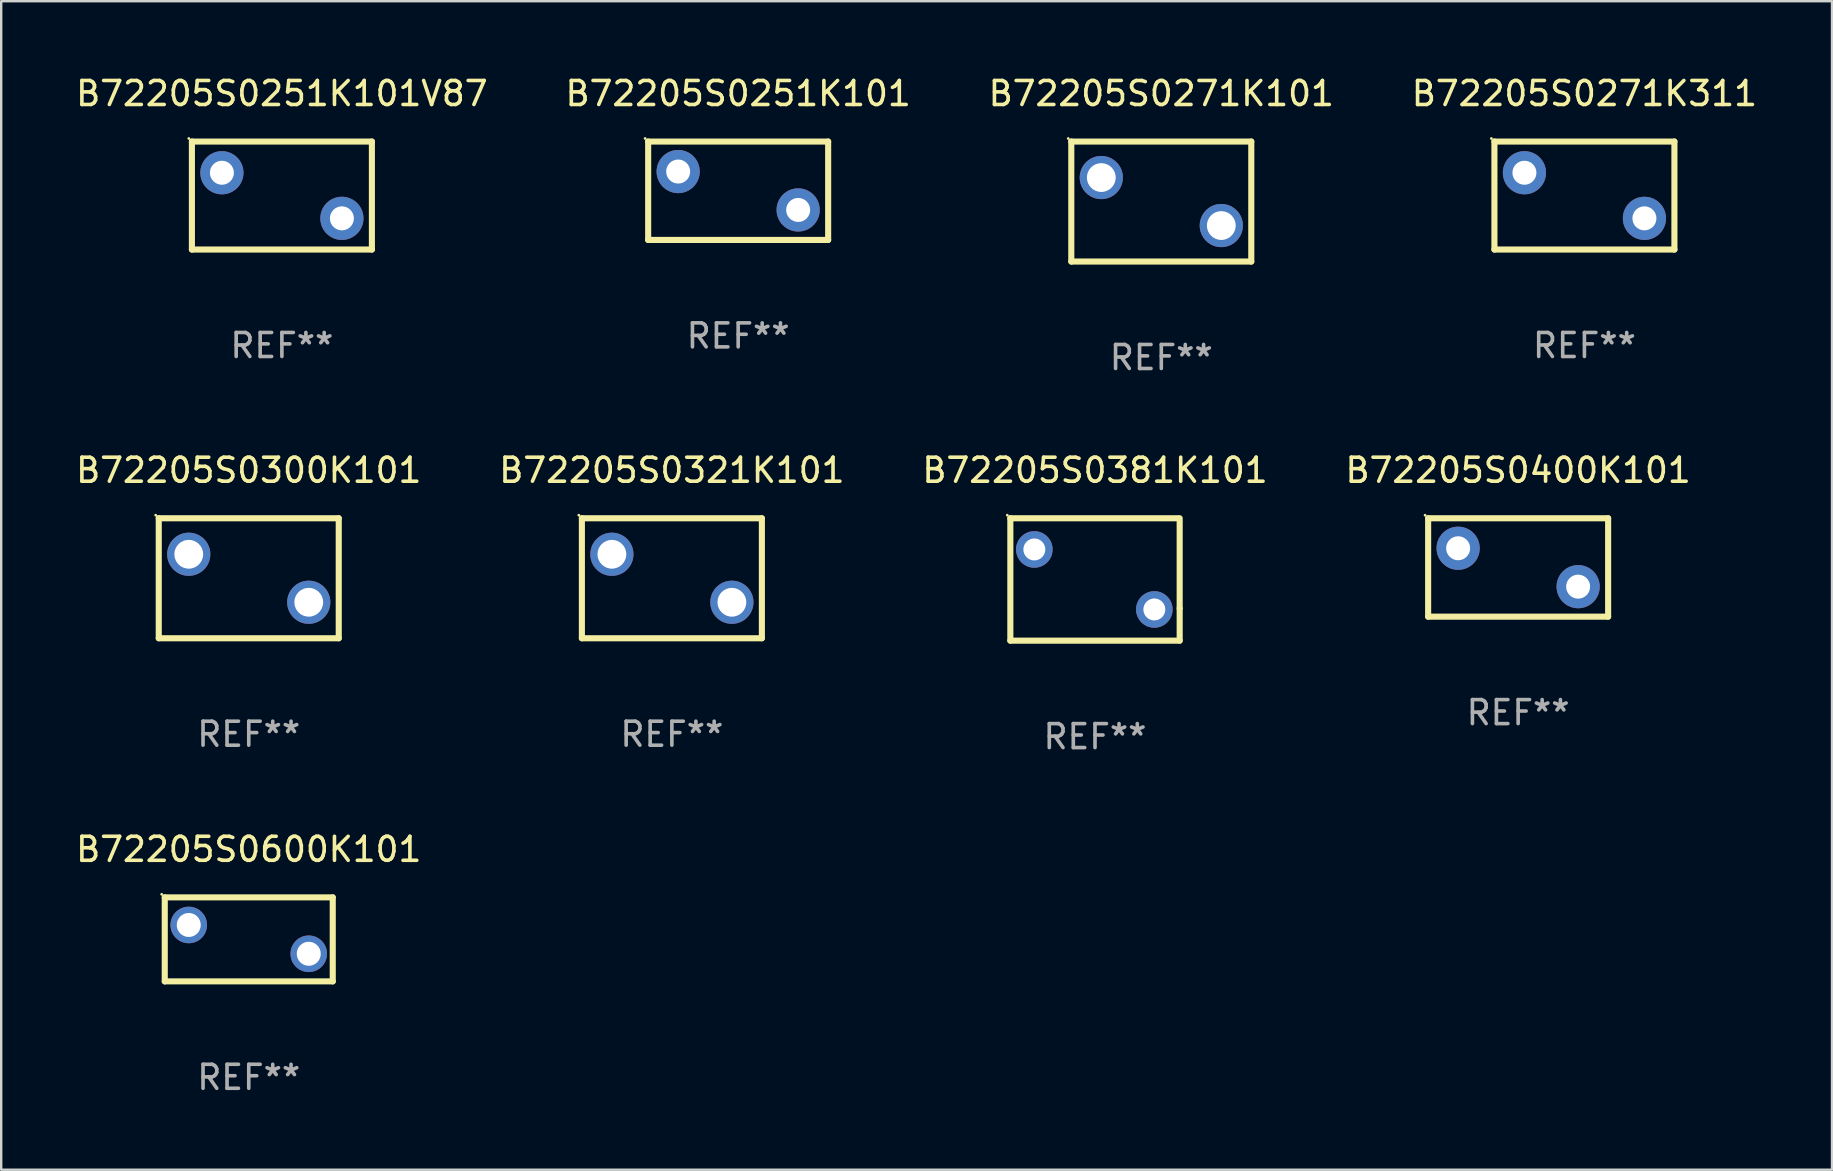
<source format=kicad_pcb>
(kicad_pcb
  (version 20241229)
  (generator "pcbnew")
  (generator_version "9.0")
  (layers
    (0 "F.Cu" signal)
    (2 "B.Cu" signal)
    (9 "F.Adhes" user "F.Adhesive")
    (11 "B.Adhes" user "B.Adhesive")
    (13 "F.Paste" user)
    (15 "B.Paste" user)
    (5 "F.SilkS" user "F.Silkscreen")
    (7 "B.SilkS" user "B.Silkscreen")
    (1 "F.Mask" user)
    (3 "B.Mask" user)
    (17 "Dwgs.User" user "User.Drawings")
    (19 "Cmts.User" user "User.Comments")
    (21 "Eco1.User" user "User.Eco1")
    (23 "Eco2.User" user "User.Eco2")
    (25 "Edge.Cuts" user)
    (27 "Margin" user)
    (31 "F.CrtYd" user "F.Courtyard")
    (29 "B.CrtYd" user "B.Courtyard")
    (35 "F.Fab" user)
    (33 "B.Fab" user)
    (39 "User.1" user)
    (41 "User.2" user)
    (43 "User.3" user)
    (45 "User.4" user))
  (footprint "B72205S0300K101"
    (layer "F.Cu")
    (at 7.315 21.045)
    (property "Reference" "B72205S0300K101" (at 0 -4.5 0) (layer "F.SilkS") (effects (font (size 1 1) (thickness 0.15))))
    (attr through_hole)
    (fp_line (start -3.75 -2.5) (end 3.75 -2.5) (stroke (width 0.254) (type solid)) (layer "F.SilkS"))
    (fp_line (start -3.75 2.5) (end -3.75 -2.5) (stroke (width 0.254) (type solid)) (layer "F.SilkS"))
    (fp_line (start -3.75 2.5) (end 3.75 2.5) (stroke (width 0.254) (type solid)) (layer "F.SilkS"))
    (fp_line (start 3.75 -2.5) (end 3.75 2.5) (stroke (width 0.254) (type solid)) (layer "F.SilkS"))
    (fp_circle (center -3.877 -2.627) (end -3.847 -2.627) (stroke (width 0.06) (type solid)) (fill no) (layer "F.SilkS"))
    (fp_text user "REF**" (at 0 6.5 0) (layer "F.Fab") (effects (font (size 1 1) (thickness 0.15))))
    (pad "1" thru_hole circle (at -2.5 -1) (size 1.8 1.8) (drill 1.2) (layers "*.Cu" "*.Mask"))
    (pad "2" thru_hole circle (at 2.5 1) (size 1.8 1.8) (drill 1.2) (layers "*.Cu" "*.Mask")))
  (footprint "B72205S0600K101"
    (layer "F.Cu")
    (at 7.315 36.092)
    (property "Reference" "B72205S0600K101" (at 0 -3.75 0) (layer "F.SilkS") (effects (font (size 1 1) (thickness 0.15))))
    (attr through_hole)
    (fp_line (start -3.5 -1.75) (end 3.5 -1.75) (stroke (width 0.254) (type solid)) (layer "F.SilkS"))
    (fp_line (start -3.5 1.75) (end -3.5 -1.75) (stroke (width 0.254) (type solid)) (layer "F.SilkS"))
    (fp_line (start -3.5 1.75) (end 3.5 1.75) (stroke (width 0.254) (type solid)) (layer "F.SilkS"))
    (fp_line (start 3.5 -1.75) (end 3.5 1.75) (stroke (width 0.254) (type solid)) (layer "F.SilkS"))
    (fp_circle (center -3.627 -1.877) (end -3.597 -1.877) (stroke (width 0.06) (type solid)) (fill no) (layer "F.SilkS"))
    (fp_text user "REF**" (at 0 5.75 0) (layer "F.Fab") (effects (font (size 1 1) (thickness 0.15))))
    (pad "1" thru_hole circle (at -2.5 -0.6) (size 1.524 1.524) (drill 1) (layers "*.Cu" "*.Mask"))
    (pad "2" thru_hole circle (at 2.5 0.6) (size 1.524 1.524) (drill 1) (layers "*.Cu" "*.Mask")))
  (footprint "B72205S0251K101"
    (layer "F.Cu")
    (at 27.708 4.898)
    (property "Reference" "B72205S0251K101" (at 0 -4.05 0) (layer "F.SilkS") (effects (font (size 1 1) (thickness 0.15))))
    (attr through_hole)
    (fp_line (start -3.75 -2.05) (end -3.75 2.05) (stroke (width 0.254) (type solid)) (layer "F.SilkS"))
    (fp_line (start -3.75 -2.05) (end 3.75 -2.05) (stroke (width 0.254) (type solid)) (layer "F.SilkS"))
    (fp_line (start -3.75 2.05) (end 3.75 2.05) (stroke (width 0.254) (type solid)) (layer "F.SilkS"))
    (fp_line (start 3.75 -2.05) (end 3.75 2.05) (stroke (width 0.254) (type solid)) (layer "F.SilkS"))
    (fp_circle (center -3.877 -2.177) (end -3.847 -2.177) (stroke (width 0.06) (type solid)) (fill no) (layer "F.SilkS"))
    (fp_text user "REF**" (at 0 6.05 0) (layer "F.Fab") (effects (font (size 1 1) (thickness 0.15))))
    (pad "1" thru_hole circle (at -2.5 -0.8) (size 1.8 1.8) (drill 1) (layers "*.Cu" "*.Mask"))
    (pad "2" thru_hole circle (at 2.5 0.8) (size 1.8 1.8) (drill 1) (layers "*.Cu" "*.Mask")))
  (footprint "B72205S0271K311"
    (layer "F.Cu")
    (at 62.97 5.098)
    (property "Reference" "B72205S0271K311" (at 0 -4.25 0) (layer "F.SilkS") (effects (font (size 1 1) (thickness 0.15))))
    (attr through_hole)
    (fp_line (start -3.75 -2.25) (end -3.75 2.25) (stroke (width 0.254) (type solid)) (layer "F.SilkS"))
    (fp_line (start -3.75 -2.25) (end 3.75 -2.25) (stroke (width 0.254) (type solid)) (layer "F.SilkS"))
    (fp_line (start -3.75 2.25) (end 3.75 2.25) (stroke (width 0.254) (type solid)) (layer "F.SilkS"))
    (fp_line (start 3.75 -2.25) (end 3.75 2.25) (stroke (width 0.254) (type solid)) (layer "F.SilkS"))
    (fp_circle (center -3.877 -2.377) (end -3.847 -2.377) (stroke (width 0.06) (type solid)) (fill no) (layer "F.SilkS"))
    (fp_text user "REF**" (at 0 6.25 0) (layer "F.Fab") (effects (font (size 1 1) (thickness 0.15))))
    (pad "1" thru_hole circle (at -2.5 -0.95) (size 1.8 1.8) (drill 1) (layers "*.Cu" "*.Mask"))
    (pad "2" thru_hole circle (at 2.5 0.95) (size 1.8 1.8) (drill 1) (layers "*.Cu" "*.Mask")))
  (footprint "B72205S0271K101"
    (layer "F.Cu")
    (at 45.339 5.348)
    (property "Reference" "B72205S0271K101" (at 0 -4.5 0) (layer "F.SilkS") (effects (font (size 1 1) (thickness 0.15))))
    (attr through_hole)
    (fp_line (start -3.75 -2.5) (end 3.75 -2.5) (stroke (width 0.254) (type solid)) (layer "F.SilkS"))
    (fp_line (start -3.75 2.5) (end -3.75 -2.5) (stroke (width 0.254) (type solid)) (layer "F.SilkS"))
    (fp_line (start -3.75 2.5) (end 3.75 2.5) (stroke (width 0.254) (type solid)) (layer "F.SilkS"))
    (fp_line (start 3.75 -2.5) (end 3.75 2.5) (stroke (width 0.254) (type solid)) (layer "F.SilkS"))
    (fp_circle (center -3.877 -2.627) (end -3.847 -2.627) (stroke (width 0.06) (type solid)) (fill no) (layer "F.SilkS"))
    (fp_text user "REF**" (at 0 6.5 0) (layer "F.Fab") (effects (font (size 1 1) (thickness 0.15))))
    (pad "1" thru_hole circle (at -2.5 -1) (size 1.8 1.8) (drill 1.2) (layers "*.Cu" "*.Mask"))
    (pad "2" thru_hole circle (at 2.5 1) (size 1.8 1.8) (drill 1.2) (layers "*.Cu" "*.Mask")))
  (footprint "B72205S0321K101"
    (layer "F.Cu")
    (at 24.946 21.045)
    (property "Reference" "B72205S0321K101" (at 0 -4.5 0) (layer "F.SilkS") (effects (font (size 1 1) (thickness 0.15))))
    (attr through_hole)
    (fp_line (start -3.75 -2.5) (end 3.75 -2.5) (stroke (width 0.254) (type solid)) (layer "F.SilkS"))
    (fp_line (start -3.75 2.5) (end -3.75 -2.5) (stroke (width 0.254) (type solid)) (layer "F.SilkS"))
    (fp_line (start -3.75 2.5) (end 3.75 2.5) (stroke (width 0.254) (type solid)) (layer "F.SilkS"))
    (fp_line (start 3.75 -2.5) (end 3.75 2.5) (stroke (width 0.254) (type solid)) (layer "F.SilkS"))
    (fp_circle (center -3.877 -2.627) (end -3.847 -2.627) (stroke (width 0.06) (type solid)) (fill no) (layer "F.SilkS"))
    (fp_text user "REF**" (at 0 6.5 0) (layer "F.Fab") (effects (font (size 1 1) (thickness 0.15))))
    (pad "1" thru_hole circle (at -2.5 -1) (size 1.8 1.8) (drill 1.2) (layers "*.Cu" "*.Mask"))
    (pad "2" thru_hole circle (at 2.5 1) (size 1.8 1.8) (drill 1.2) (layers "*.Cu" "*.Mask")))
  (footprint "B72205S0251K101V87"
    (layer "F.Cu")
    (at 8.696 5.098)
    (property "Reference" "B72205S0251K101V87" (at 0 -4.25 0) (layer "F.SilkS") (effects (font (size 1 1) (thickness 0.15))))
    (attr through_hole)
    (fp_line (start -3.75 -2.25) (end -3.75 2.25) (stroke (width 0.254) (type solid)) (layer "F.SilkS"))
    (fp_line (start -3.75 -2.25) (end 3.75 -2.25) (stroke (width 0.254) (type solid)) (layer "F.SilkS"))
    (fp_line (start -3.75 2.25) (end 3.75 2.25) (stroke (width 0.254) (type solid)) (layer "F.SilkS"))
    (fp_line (start 3.75 -2.25) (end 3.75 2.25) (stroke (width 0.254) (type solid)) (layer "F.SilkS"))
    (fp_circle (center -3.877 -2.377) (end -3.847 -2.377) (stroke (width 0.06) (type solid)) (fill no) (layer "F.SilkS"))
    (fp_text user "REF**" (at 0 6.25 0) (layer "F.Fab") (effects (font (size 1 1) (thickness 0.15))))
    (pad "1" thru_hole circle (at -2.5 -0.95) (size 1.8 1.8) (drill 1) (layers "*.Cu" "*.Mask"))
    (pad "2" thru_hole circle (at 2.5 0.95) (size 1.8 1.8) (drill 1) (layers "*.Cu" "*.Mask")))
  (footprint "B72205S0400K101"
    (layer "F.Cu")
    (at 60.208 20.595)
    (property "Reference" "B72205S0400K101" (at 0 -4.05 0) (layer "F.SilkS") (effects (font (size 1 1) (thickness 0.15))))
    (attr through_hole)
    (fp_line (start -3.75 -2.05) (end -3.75 2.05) (stroke (width 0.254) (type solid)) (layer "F.SilkS"))
    (fp_line (start -3.75 -2.05) (end 3.75 -2.05) (stroke (width 0.254) (type solid)) (layer "F.SilkS"))
    (fp_line (start -3.75 2.05) (end 3.75 2.05) (stroke (width 0.254) (type solid)) (layer "F.SilkS"))
    (fp_line (start 3.75 -2.05) (end 3.75 2.05) (stroke (width 0.254) (type solid)) (layer "F.SilkS"))
    (fp_circle (center -3.877 -2.177) (end -3.847 -2.177) (stroke (width 0.06) (type solid)) (fill no) (layer "F.SilkS"))
    (fp_text user "REF**" (at 0 6.05 0) (layer "F.Fab") (effects (font (size 1 1) (thickness 0.15))))
    (pad "1" thru_hole circle (at -2.5 -0.8) (size 1.8 1.8) (drill 1) (layers "*.Cu" "*.Mask"))
    (pad "2" thru_hole circle (at 2.5 0.8) (size 1.8 1.8) (drill 1) (layers "*.Cu" "*.Mask")))
  (footprint "B72205S0381K101"
    (layer "F.Cu")
    (at 42.577 21.095)
    (property "Reference" "B72205S0381K101" (at 0 -4.55 0) (layer "F.SilkS") (effects (font (size 1 1) (thickness 0.15))))
    (attr through_hole)
    (fp_line (start -3.528 2.55) (end 3.528 2.55) (stroke (width 0.254) (type solid)) (layer "F.SilkS"))
    (fp_line (start -3.528 -2.55) (end -3.528 2.55) (stroke (width 0.254) (type solid)) (layer "F.SilkS"))
    (fp_line (start -3.528 -2.55) (end 3.472 -2.55) (stroke (width 0.254) (type solid)) (layer "F.SilkS"))
    (fp_line (start 3.528 1.207) (end 3.528 -2.55) (stroke (width 0.254) (type solid)) (layer "F.SilkS"))
    (fp_line (start 3.528 2.55) (end 3.528 1.207) (stroke (width 0.254) (type solid)) (layer "F.SilkS"))
    (fp_circle (center -3.655 -2.677) (end -3.625 -2.677) (stroke (width 0.06) (type solid)) (fill no) (layer "F.SilkS"))
    (fp_text user "REF**" (at 0 6.55 0) (layer "F.Fab") (effects (font (size 1 1) (thickness 0.15))))
    (pad "1" thru_hole circle (at -2.528 -1.25) (size 1.524 1.524) (drill 0.914) (layers "*.Cu" "*.Mask"))
    (pad "2" thru_hole circle (at 2.472 1.25) (size 1.524 1.524) (drill 0.914) (layers "*.Cu" "*.Mask")))
  (gr_rect
    (start -3 -3)
    (end 73.286 45.69)
    (stroke (width 0.1) (type default))
    (fill no)
    (layer "Edge.Cuts")))
</source>
